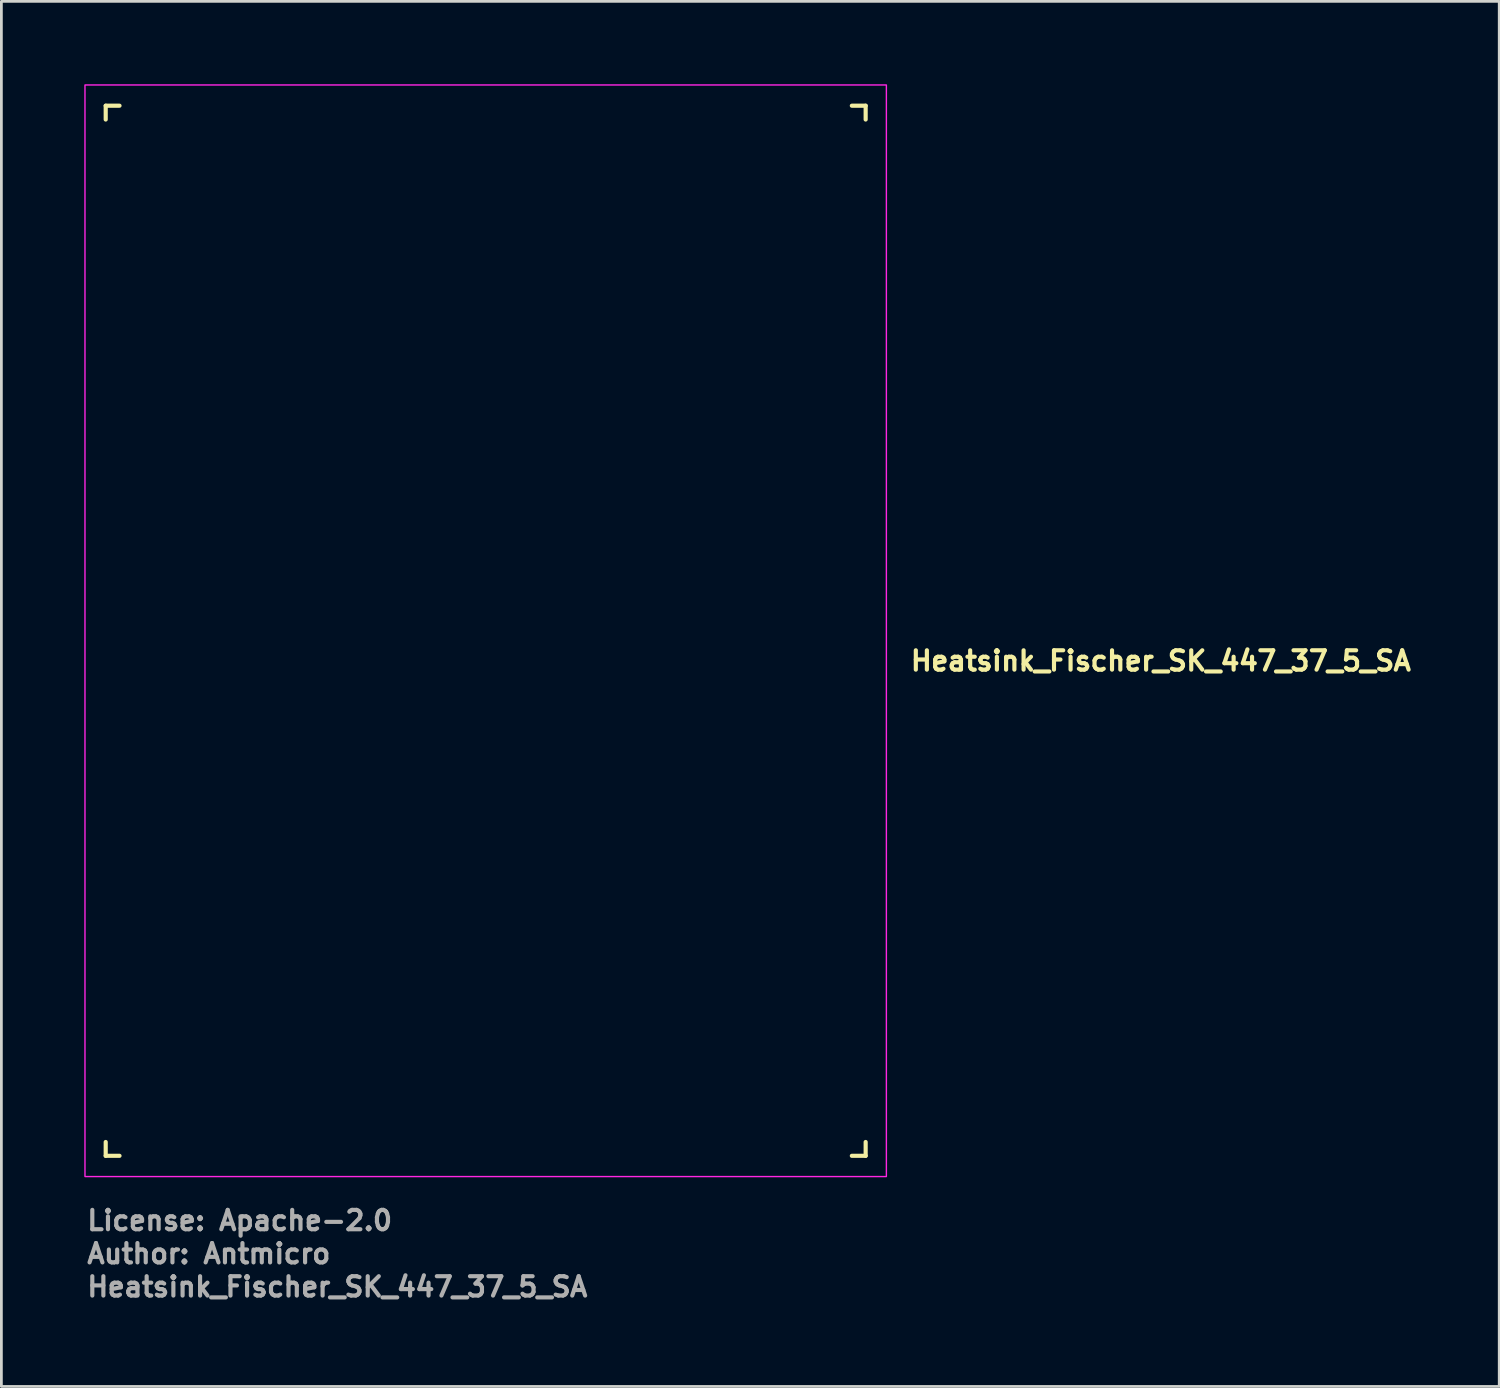
<source format=kicad_pcb>
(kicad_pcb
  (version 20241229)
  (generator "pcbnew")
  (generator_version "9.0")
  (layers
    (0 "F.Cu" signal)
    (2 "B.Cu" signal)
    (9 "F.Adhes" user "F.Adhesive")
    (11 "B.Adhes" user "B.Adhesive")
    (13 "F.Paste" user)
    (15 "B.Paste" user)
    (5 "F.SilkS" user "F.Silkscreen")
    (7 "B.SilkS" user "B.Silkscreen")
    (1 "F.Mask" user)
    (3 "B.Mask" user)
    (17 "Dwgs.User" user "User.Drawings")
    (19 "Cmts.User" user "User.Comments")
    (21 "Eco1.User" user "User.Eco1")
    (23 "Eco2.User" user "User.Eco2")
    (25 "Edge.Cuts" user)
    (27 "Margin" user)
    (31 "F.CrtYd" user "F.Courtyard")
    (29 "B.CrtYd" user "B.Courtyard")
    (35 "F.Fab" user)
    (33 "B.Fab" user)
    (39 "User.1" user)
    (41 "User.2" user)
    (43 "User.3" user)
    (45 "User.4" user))
  (footprint "Heatsink_Fischer_SK_447_37_5_SA"
    (layer "F.Cu")
    (at 14.525 19.775)
    (property "Reference" "Heatsink_Fischer_SK_447_37_5_SA" (at 15.3 1.5 0) (unlocked yes) (layer "F.SilkS") (effects (font (size 0.7 0.7) (thickness 0.15)) (justify left bottom)))
    (fp_line (start -13.75 -19) (end -13.25 -19) (stroke (width 0.15) (type solid)) (layer "F.SilkS"))
    (fp_line (start -13.75 -18.5) (end -13.75 -19) (stroke (width 0.15) (type solid)) (layer "F.SilkS"))
    (fp_line (start -13.75 18.5) (end -13.75 19) (stroke (width 0.15) (type solid)) (layer "F.SilkS"))
    (fp_line (start -13.75 19) (end -13.25 19) (stroke (width 0.15) (type solid)) (layer "F.SilkS"))
    (fp_line (start 13.25 -19) (end 13.75 -19) (stroke (width 0.15) (type solid)) (layer "F.SilkS"))
    (fp_line (start 13.75 -19) (end 13.75 -18.5) (stroke (width 0.15) (type solid)) (layer "F.SilkS"))
    (fp_line (start 13.75 18.5) (end 13.75 19) (stroke (width 0.15) (type solid)) (layer "F.SilkS"))
    (fp_line (start 13.75 19) (end 13.25 19) (stroke (width 0.15) (type solid)) (layer "F.SilkS"))
    (fp_rect (start -14.5 -19.75) (end 14.5 19.75) (stroke (width 0.05) (type solid)) (fill no) (layer "F.CrtYd"))
    (fp_rect (start -13.5 -18.75) (end 13.5 18.75) (stroke (width 0.1) (type solid)) (fill no) (layer "User.5"))
    (fp_line (start -13.492 -18.756) (end -13.492 18.744) (stroke (width 0.01) (type solid)) (layer "User.9"))
    (fp_line (start -13.492 -18.756) (end -13.491 -18.756) (stroke (width 0.01) (type solid)) (layer "User.9"))
    (fp_line (start -13.491 -18.756) (end -13.488 -18.756) (stroke (width 0.01) (type solid)) (layer "User.9"))
    (fp_line (start -13.491 18.744) (end -13.492 18.744) (stroke (width 0.01) (type solid)) (layer "User.9"))
    (fp_line (start -13.488 -18.756) (end -13.483 -18.756) (stroke (width 0.01) (type solid)) (layer "User.9"))
    (fp_line (start -13.488 18.744) (end -13.491 18.744) (stroke (width 0.01) (type solid)) (layer "User.9"))
    (fp_line (start -13.483 -18.756) (end -13.475 -18.756) (stroke (width 0.01) (type solid)) (layer "User.9"))
    (fp_line (start -13.483 18.744) (end -13.488 18.744) (stroke (width 0.01) (type solid)) (layer "User.9"))
    (fp_line (start -13.475 -18.756) (end -13.466 -18.756) (stroke (width 0.01) (type solid)) (layer "User.9"))
    (fp_line (start -13.475 18.744) (end -13.483 18.744) (stroke (width 0.01) (type solid)) (layer "User.9"))
    (fp_line (start -13.466 -18.756) (end -13.453 -18.756) (stroke (width 0.01) (type solid)) (layer "User.9"))
    (fp_line (start -13.466 18.744) (end -13.475 18.744) (stroke (width 0.01) (type solid)) (layer "User.9"))
    (fp_line (start -13.453 -18.756) (end -13.439 -18.756) (stroke (width 0.01) (type solid)) (layer "User.9"))
    (fp_line (start -13.453 18.744) (end -13.466 18.744) (stroke (width 0.01) (type solid)) (layer "User.9"))
    (fp_line (start -13.439 -18.756) (end -13.422 -18.756) (stroke (width 0.01) (type solid)) (layer "User.9"))
    (fp_line (start -13.439 18.744) (end -13.453 18.744) (stroke (width 0.01) (type solid)) (layer "User.9"))
    (fp_line (start -13.422 -18.756) (end -13.402 -18.756) (stroke (width 0.01) (type solid)) (layer "User.9"))
    (fp_line (start -13.422 18.744) (end -13.439 18.744) (stroke (width 0.01) (type solid)) (layer "User.9"))
    (fp_line (start -13.402 -18.756) (end -13.38 -18.756) (stroke (width 0.01) (type solid)) (layer "User.9"))
    (fp_line (start -13.402 18.744) (end -13.422 18.744) (stroke (width 0.01) (type solid)) (layer "User.9"))
    (fp_line (start -13.38 -18.756) (end -13.356 -18.756) (stroke (width 0.01) (type solid)) (layer "User.9"))
    (fp_line (start -13.38 18.744) (end -13.402 18.744) (stroke (width 0.01) (type solid)) (layer "User.9"))
    (fp_line (start -13.356 -18.756) (end -13.329 -18.756) (stroke (width 0.01) (type solid)) (layer "User.9"))
    (fp_line (start -13.356 18.744) (end -13.38 18.744) (stroke (width 0.01) (type solid)) (layer "User.9"))
    (fp_line (start -13.329 -18.756) (end -13.3 -18.756) (stroke (width 0.01) (type solid)) (layer "User.9"))
    (fp_line (start -13.329 18.744) (end -13.356 18.744) (stroke (width 0.01) (type solid)) (layer "User.9"))
    (fp_line (start -13.3 -18.756) (end -13.268 -18.756) (stroke (width 0.01) (type solid)) (layer "User.9"))
    (fp_line (start -13.3 18.744) (end -13.329 18.744) (stroke (width 0.01) (type solid)) (layer "User.9"))
    (fp_line (start -13.268 -18.756) (end -13.235 -18.756) (stroke (width 0.01) (type solid)) (layer "User.9"))
    (fp_line (start -13.268 18.744) (end -13.3 18.744) (stroke (width 0.01) (type solid)) (layer "User.9"))
    (fp_line (start -13.235 -18.756) (end -13.199 -18.756) (stroke (width 0.01) (type solid)) (layer "User.9"))
    (fp_line (start -13.235 18.744) (end -13.268 18.744) (stroke (width 0.01) (type solid)) (layer "User.9"))
    (fp_line (start -13.199 -18.756) (end -13.122 -18.756) (stroke (width 0.01) (type solid)) (layer "User.9"))
    (fp_line (start -13.199 18.744) (end -13.235 18.744) (stroke (width 0.01) (type solid)) (layer "User.9"))
    (fp_line (start -13.122 -18.756) (end -13.039 -18.756) (stroke (width 0.01) (type solid)) (layer "User.9"))
    (fp_line (start -13.122 18.744) (end -13.199 18.744) (stroke (width 0.01) (type solid)) (layer "User.9"))
    (fp_line (start -13.039 -18.756) (end -12.951 -18.756) (stroke (width 0.01) (type solid)) (layer "User.9"))
    (fp_line (start -13.039 18.744) (end -13.122 18.744) (stroke (width 0.01) (type solid)) (layer "User.9"))
    (fp_line (start -12.951 -18.756) (end -12.86 -18.756) (stroke (width 0.01) (type solid)) (layer "User.9"))
    (fp_line (start -12.951 18.744) (end -13.039 18.744) (stroke (width 0.01) (type solid)) (layer "User.9"))
    (fp_line (start -12.86 -18.756) (end -12.674 -18.756) (stroke (width 0.01) (type solid)) (layer "User.9"))
    (fp_line (start -12.86 18.744) (end -12.951 18.744) (stroke (width 0.01) (type solid)) (layer "User.9"))
    (fp_line (start -12.674 -18.756) (end -12.582 -18.756) (stroke (width 0.01) (type solid)) (layer "User.9"))
    (fp_line (start -12.674 18.744) (end -12.86 18.744) (stroke (width 0.01) (type solid)) (layer "User.9"))
    (fp_line (start -12.582 -18.756) (end -12.492 -18.756) (stroke (width 0.01) (type solid)) (layer "User.9"))
    (fp_line (start -12.582 18.744) (end -12.674 18.744) (stroke (width 0.01) (type solid)) (layer "User.9"))
    (fp_line (start -12.492 -18.756) (end -12.492 18.744) (stroke (width 0.01) (type solid)) (layer "User.9"))
    (fp_line (start -12.492 -18.756) (end -11.492 -18.756) (stroke (width 0.01) (type solid)) (layer "User.9"))
    (fp_line (start -12.492 18.744) (end -12.582 18.744) (stroke (width 0.01) (type solid)) (layer "User.9"))
    (fp_line (start -11.492 -18.756) (end -11.492 18.744) (stroke (width 0.01) (type solid)) (layer "User.9"))
    (fp_line (start -11.492 -18.756) (end -11.402 -18.756) (stroke (width 0.01) (type solid)) (layer "User.9"))
    (fp_line (start -11.492 18.744) (end -12.492 18.744) (stroke (width 0.01) (type solid)) (layer "User.9"))
    (fp_line (start -11.402 -18.756) (end -11.31 -18.756) (stroke (width 0.01) (type solid)) (layer "User.9"))
    (fp_line (start -11.402 18.744) (end -11.492 18.744) (stroke (width 0.01) (type solid)) (layer "User.9"))
    (fp_line (start -11.31 -18.756) (end -11.124 -18.756) (stroke (width 0.01) (type solid)) (layer "User.9"))
    (fp_line (start -11.31 18.744) (end -11.402 18.744) (stroke (width 0.01) (type solid)) (layer "User.9"))
    (fp_line (start -11.124 -18.756) (end -11.033 -18.756) (stroke (width 0.01) (type solid)) (layer "User.9"))
    (fp_line (start -11.124 18.744) (end -11.31 18.744) (stroke (width 0.01) (type solid)) (layer "User.9"))
    (fp_line (start -11.033 -18.756) (end -10.945 -18.756) (stroke (width 0.01) (type solid)) (layer "User.9"))
    (fp_line (start -11.033 18.744) (end -11.124 18.744) (stroke (width 0.01) (type solid)) (layer "User.9"))
    (fp_line (start -10.945 -18.756) (end -10.862 -18.756) (stroke (width 0.01) (type solid)) (layer "User.9"))
    (fp_line (start -10.945 18.744) (end -11.033 18.744) (stroke (width 0.01) (type solid)) (layer "User.9"))
    (fp_line (start -10.862 -18.756) (end -10.785 -18.756) (stroke (width 0.01) (type solid)) (layer "User.9"))
    (fp_line (start -10.862 18.744) (end -10.945 18.744) (stroke (width 0.01) (type solid)) (layer "User.9"))
    (fp_line (start -10.785 -18.756) (end -10.749 -18.756) (stroke (width 0.01) (type solid)) (layer "User.9"))
    (fp_line (start -10.785 18.744) (end -10.862 18.744) (stroke (width 0.01) (type solid)) (layer "User.9"))
    (fp_line (start -10.749 -18.756) (end -10.716 -18.756) (stroke (width 0.01) (type solid)) (layer "User.9"))
    (fp_line (start -10.749 18.744) (end -10.785 18.744) (stroke (width 0.01) (type solid)) (layer "User.9"))
    (fp_line (start -10.716 -18.756) (end -10.684 -18.756) (stroke (width 0.01) (type solid)) (layer "User.9"))
    (fp_line (start -10.716 18.744) (end -10.749 18.744) (stroke (width 0.01) (type solid)) (layer "User.9"))
    (fp_line (start -10.684 -18.756) (end -10.655 -18.756) (stroke (width 0.01) (type solid)) (layer "User.9"))
    (fp_line (start -10.684 18.744) (end -10.716 18.744) (stroke (width 0.01) (type solid)) (layer "User.9"))
    (fp_line (start -10.655 -18.756) (end -10.628 -18.756) (stroke (width 0.01) (type solid)) (layer "User.9"))
    (fp_line (start -10.655 18.744) (end -10.684 18.744) (stroke (width 0.01) (type solid)) (layer "User.9"))
    (fp_line (start -10.628 -18.756) (end -10.604 -18.756) (stroke (width 0.01) (type solid)) (layer "User.9"))
    (fp_line (start -10.628 18.744) (end -10.655 18.744) (stroke (width 0.01) (type solid)) (layer "User.9"))
    (fp_line (start -10.604 -18.756) (end -10.582 -18.756) (stroke (width 0.01) (type solid)) (layer "User.9"))
    (fp_line (start -10.604 18.744) (end -10.628 18.744) (stroke (width 0.01) (type solid)) (layer "User.9"))
    (fp_line (start -10.582 -18.756) (end -10.562 -18.756) (stroke (width 0.01) (type solid)) (layer "User.9"))
    (fp_line (start -10.582 18.744) (end -10.604 18.744) (stroke (width 0.01) (type solid)) (layer "User.9"))
    (fp_line (start -10.562 -18.756) (end -10.545 -18.756) (stroke (width 0.01) (type solid)) (layer "User.9"))
    (fp_line (start -10.562 18.744) (end -10.582 18.744) (stroke (width 0.01) (type solid)) (layer "User.9"))
    (fp_line (start -10.545 -18.756) (end -10.531 -18.756) (stroke (width 0.01) (type solid)) (layer "User.9"))
    (fp_line (start -10.545 18.744) (end -10.562 18.744) (stroke (width 0.01) (type solid)) (layer "User.9"))
    (fp_line (start -10.531 -18.756) (end -10.519 -18.756) (stroke (width 0.01) (type solid)) (layer "User.9"))
    (fp_line (start -10.531 18.744) (end -10.545 18.744) (stroke (width 0.01) (type solid)) (layer "User.9"))
    (fp_line (start -10.519 -18.756) (end -10.509 -18.756) (stroke (width 0.01) (type solid)) (layer "User.9"))
    (fp_line (start -10.519 18.744) (end -10.531 18.744) (stroke (width 0.01) (type solid)) (layer "User.9"))
    (fp_line (start -10.509 -18.756) (end -10.501 -18.756) (stroke (width 0.01) (type solid)) (layer "User.9"))
    (fp_line (start -10.509 18.744) (end -10.519 18.744) (stroke (width 0.01) (type solid)) (layer "User.9"))
    (fp_line (start -10.501 -18.756) (end -10.496 -18.756) (stroke (width 0.01) (type solid)) (layer "User.9"))
    (fp_line (start -10.501 18.744) (end -10.509 18.744) (stroke (width 0.01) (type solid)) (layer "User.9"))
    (fp_line (start -10.496 -18.756) (end -10.493 -18.756) (stroke (width 0.01) (type solid)) (layer "User.9"))
    (fp_line (start -10.496 18.744) (end -10.501 18.744) (stroke (width 0.01) (type solid)) (layer "User.9"))
    (fp_line (start -10.493 -18.756) (end -10.492 -18.756) (stroke (width 0.01) (type solid)) (layer "User.9"))
    (fp_line (start -10.493 18.744) (end -10.496 18.744) (stroke (width 0.01) (type solid)) (layer "User.9"))
    (fp_line (start -10.492 -18.756) (end -10.492 18.744) (stroke (width 0.01) (type solid)) (layer "User.9"))
    (fp_line (start -10.492 -18.756) (end -7.492 -18.756) (stroke (width 0.01) (type solid)) (layer "User.9"))
    (fp_line (start -10.492 18.744) (end -10.493 18.744) (stroke (width 0.01) (type solid)) (layer "User.9"))
    (fp_line (start -7.492 -18.756) (end -7.492 18.744) (stroke (width 0.01) (type solid)) (layer "User.9"))
    (fp_line (start -7.492 -18.756) (end -7.491 -18.756) (stroke (width 0.01) (type solid)) (layer "User.9"))
    (fp_line (start -7.492 18.744) (end -10.492 18.744) (stroke (width 0.01) (type solid)) (layer "User.9"))
    (fp_line (start -7.491 -18.756) (end -7.488 -18.756) (stroke (width 0.01) (type solid)) (layer "User.9"))
    (fp_line (start -7.491 18.744) (end -7.492 18.744) (stroke (width 0.01) (type solid)) (layer "User.9"))
    (fp_line (start -7.488 -18.756) (end -7.483 -18.756) (stroke (width 0.01) (type solid)) (layer "User.9"))
    (fp_line (start -7.488 18.744) (end -7.491 18.744) (stroke (width 0.01) (type solid)) (layer "User.9"))
    (fp_line (start -7.483 -18.756) (end -7.475 -18.756) (stroke (width 0.01) (type solid)) (layer "User.9"))
    (fp_line (start -7.483 18.744) (end -7.488 18.744) (stroke (width 0.01) (type solid)) (layer "User.9"))
    (fp_line (start -7.475 -18.756) (end -7.466 -18.756) (stroke (width 0.01) (type solid)) (layer "User.9"))
    (fp_line (start -7.475 18.744) (end -7.483 18.744) (stroke (width 0.01) (type solid)) (layer "User.9"))
    (fp_line (start -7.466 -18.756) (end -7.453 -18.756) (stroke (width 0.01) (type solid)) (layer "User.9"))
    (fp_line (start -7.466 18.744) (end -7.475 18.744) (stroke (width 0.01) (type solid)) (layer "User.9"))
    (fp_line (start -7.453 -18.756) (end -7.439 -18.756) (stroke (width 0.01) (type solid)) (layer "User.9"))
    (fp_line (start -7.453 18.744) (end -7.466 18.744) (stroke (width 0.01) (type solid)) (layer "User.9"))
    (fp_line (start -7.439 -18.756) (end -7.422 -18.756) (stroke (width 0.01) (type solid)) (layer "User.9"))
    (fp_line (start -7.439 18.744) (end -7.453 18.744) (stroke (width 0.01) (type solid)) (layer "User.9"))
    (fp_line (start -7.422 -18.756) (end -7.402 -18.756) (stroke (width 0.01) (type solid)) (layer "User.9"))
    (fp_line (start -7.422 18.744) (end -7.439 18.744) (stroke (width 0.01) (type solid)) (layer "User.9"))
    (fp_line (start -7.402 -18.756) (end -7.38 -18.756) (stroke (width 0.01) (type solid)) (layer "User.9"))
    (fp_line (start -7.402 18.744) (end -7.422 18.744) (stroke (width 0.01) (type solid)) (layer "User.9"))
    (fp_line (start -7.38 -18.756) (end -7.356 -18.756) (stroke (width 0.01) (type solid)) (layer "User.9"))
    (fp_line (start -7.38 18.744) (end -7.402 18.744) (stroke (width 0.01) (type solid)) (layer "User.9"))
    (fp_line (start -7.356 -18.756) (end -7.329 -18.756) (stroke (width 0.01) (type solid)) (layer "User.9"))
    (fp_line (start -7.356 18.744) (end -7.38 18.744) (stroke (width 0.01) (type solid)) (layer "User.9"))
    (fp_line (start -7.329 -18.756) (end -7.3 -18.756) (stroke (width 0.01) (type solid)) (layer "User.9"))
    (fp_line (start -7.329 18.744) (end -7.356 18.744) (stroke (width 0.01) (type solid)) (layer "User.9"))
    (fp_line (start -7.3 -18.756) (end -7.268 -18.756) (stroke (width 0.01) (type solid)) (layer "User.9"))
    (fp_line (start -7.3 18.744) (end -7.329 18.744) (stroke (width 0.01) (type solid)) (layer "User.9"))
    (fp_line (start -7.268 -18.756) (end -7.235 -18.756) (stroke (width 0.01) (type solid)) (layer "User.9"))
    (fp_line (start -7.268 18.744) (end -7.3 18.744) (stroke (width 0.01) (type solid)) (layer "User.9"))
    (fp_line (start -7.235 -18.756) (end -7.199 -18.756) (stroke (width 0.01) (type solid)) (layer "User.9"))
    (fp_line (start -7.235 18.744) (end -7.268 18.744) (stroke (width 0.01) (type solid)) (layer "User.9"))
    (fp_line (start -7.199 -18.756) (end -7.122 -18.756) (stroke (width 0.01) (type solid)) (layer "User.9"))
    (fp_line (start -7.199 18.744) (end -7.235 18.744) (stroke (width 0.01) (type solid)) (layer "User.9"))
    (fp_line (start -7.122 -18.756) (end -7.039 -18.756) (stroke (width 0.01) (type solid)) (layer "User.9"))
    (fp_line (start -7.122 18.744) (end -7.199 18.744) (stroke (width 0.01) (type solid)) (layer "User.9"))
    (fp_line (start -7.039 -18.756) (end -6.951 -18.756) (stroke (width 0.01) (type solid)) (layer "User.9"))
    (fp_line (start -7.039 18.744) (end -7.122 18.744) (stroke (width 0.01) (type solid)) (layer "User.9"))
    (fp_line (start -6.951 -18.756) (end -6.86 -18.756) (stroke (width 0.01) (type solid)) (layer "User.9"))
    (fp_line (start -6.951 18.744) (end -7.039 18.744) (stroke (width 0.01) (type solid)) (layer "User.9"))
    (fp_line (start -6.86 -18.756) (end -6.674 -18.756) (stroke (width 0.01) (type solid)) (layer "User.9"))
    (fp_line (start -6.86 18.744) (end -6.951 18.744) (stroke (width 0.01) (type solid)) (layer "User.9"))
    (fp_line (start -6.674 -18.756) (end -6.582 -18.756) (stroke (width 0.01) (type solid)) (layer "User.9"))
    (fp_line (start -6.674 18.744) (end -6.86 18.744) (stroke (width 0.01) (type solid)) (layer "User.9"))
    (fp_line (start -6.582 -18.756) (end -6.492 -18.756) (stroke (width 0.01) (type solid)) (layer "User.9"))
    (fp_line (start -6.582 18.744) (end -6.674 18.744) (stroke (width 0.01) (type solid)) (layer "User.9"))
    (fp_line (start -6.492 -18.756) (end -6.492 18.744) (stroke (width 0.01) (type solid)) (layer "User.9"))
    (fp_line (start -6.492 -18.756) (end -5.492 -18.756) (stroke (width 0.01) (type solid)) (layer "User.9"))
    (fp_line (start -6.492 18.744) (end -6.582 18.744) (stroke (width 0.01) (type solid)) (layer "User.9"))
    (fp_line (start -5.492 -18.756) (end -5.492 18.744) (stroke (width 0.01) (type solid)) (layer "User.9"))
    (fp_line (start -5.492 -18.756) (end -5.402 -18.756) (stroke (width 0.01) (type solid)) (layer "User.9"))
    (fp_line (start -5.492 18.744) (end -6.492 18.744) (stroke (width 0.01) (type solid)) (layer "User.9"))
    (fp_line (start -5.402 -18.756) (end -5.31 -18.756) (stroke (width 0.01) (type solid)) (layer "User.9"))
    (fp_line (start -5.402 18.744) (end -5.492 18.744) (stroke (width 0.01) (type solid)) (layer "User.9"))
    (fp_line (start -5.31 -18.756) (end -5.124 -18.756) (stroke (width 0.01) (type solid)) (layer "User.9"))
    (fp_line (start -5.31 18.744) (end -5.402 18.744) (stroke (width 0.01) (type solid)) (layer "User.9"))
    (fp_line (start -5.124 -18.756) (end -5.033 -18.756) (stroke (width 0.01) (type solid)) (layer "User.9"))
    (fp_line (start -5.124 18.744) (end -5.31 18.744) (stroke (width 0.01) (type solid)) (layer "User.9"))
    (fp_line (start -5.033 -18.756) (end -4.945 -18.756) (stroke (width 0.01) (type solid)) (layer "User.9"))
    (fp_line (start -5.033 18.744) (end -5.124 18.744) (stroke (width 0.01) (type solid)) (layer "User.9"))
    (fp_line (start -4.945 -18.756) (end -4.862 -18.756) (stroke (width 0.01) (type solid)) (layer "User.9"))
    (fp_line (start -4.945 18.744) (end -5.033 18.744) (stroke (width 0.01) (type solid)) (layer "User.9"))
    (fp_line (start -4.862 -18.756) (end -4.785 -18.756) (stroke (width 0.01) (type solid)) (layer "User.9"))
    (fp_line (start -4.862 18.744) (end -4.945 18.744) (stroke (width 0.01) (type solid)) (layer "User.9"))
    (fp_line (start -4.785 -18.756) (end -4.749 -18.756) (stroke (width 0.01) (type solid)) (layer "User.9"))
    (fp_line (start -4.785 18.744) (end -4.862 18.744) (stroke (width 0.01) (type solid)) (layer "User.9"))
    (fp_line (start -4.749 -18.756) (end -4.716 -18.756) (stroke (width 0.01) (type solid)) (layer "User.9"))
    (fp_line (start -4.749 18.744) (end -4.785 18.744) (stroke (width 0.01) (type solid)) (layer "User.9"))
    (fp_line (start -4.716 -18.756) (end -4.684 -18.756) (stroke (width 0.01) (type solid)) (layer "User.9"))
    (fp_line (start -4.716 18.744) (end -4.749 18.744) (stroke (width 0.01) (type solid)) (layer "User.9"))
    (fp_line (start -4.684 -18.756) (end -4.655 -18.756) (stroke (width 0.01) (type solid)) (layer "User.9"))
    (fp_line (start -4.684 18.744) (end -4.716 18.744) (stroke (width 0.01) (type solid)) (layer "User.9"))
    (fp_line (start -4.655 -18.756) (end -4.628 -18.756) (stroke (width 0.01) (type solid)) (layer "User.9"))
    (fp_line (start -4.655 18.744) (end -4.684 18.744) (stroke (width 0.01) (type solid)) (layer "User.9"))
    (fp_line (start -4.628 -18.756) (end -4.604 -18.756) (stroke (width 0.01) (type solid)) (layer "User.9"))
    (fp_line (start -4.628 18.744) (end -4.655 18.744) (stroke (width 0.01) (type solid)) (layer "User.9"))
    (fp_line (start -4.604 -18.756) (end -4.582 -18.756) (stroke (width 0.01) (type solid)) (layer "User.9"))
    (fp_line (start -4.604 18.744) (end -4.628 18.744) (stroke (width 0.01) (type solid)) (layer "User.9"))
    (fp_line (start -4.582 -18.756) (end -4.562 -18.756) (stroke (width 0.01) (type solid)) (layer "User.9"))
    (fp_line (start -4.582 18.744) (end -4.604 18.744) (stroke (width 0.01) (type solid)) (layer "User.9"))
    (fp_line (start -4.562 -18.756) (end -4.545 -18.756) (stroke (width 0.01) (type solid)) (layer "User.9"))
    (fp_line (start -4.562 18.744) (end -4.582 18.744) (stroke (width 0.01) (type solid)) (layer "User.9"))
    (fp_line (start -4.545 -18.756) (end -4.531 -18.756) (stroke (width 0.01) (type solid)) (layer "User.9"))
    (fp_line (start -4.545 18.744) (end -4.562 18.744) (stroke (width 0.01) (type solid)) (layer "User.9"))
    (fp_line (start -4.531 -18.756) (end -4.519 -18.756) (stroke (width 0.01) (type solid)) (layer "User.9"))
    (fp_line (start -4.531 18.744) (end -4.545 18.744) (stroke (width 0.01) (type solid)) (layer "User.9"))
    (fp_line (start -4.519 -18.756) (end -4.509 -18.756) (stroke (width 0.01) (type solid)) (layer "User.9"))
    (fp_line (start -4.519 18.744) (end -4.531 18.744) (stroke (width 0.01) (type solid)) (layer "User.9"))
    (fp_line (start -4.509 -18.756) (end -4.501 -18.756) (stroke (width 0.01) (type solid)) (layer "User.9"))
    (fp_line (start -4.509 18.744) (end -4.519 18.744) (stroke (width 0.01) (type solid)) (layer "User.9"))
    (fp_line (start -4.501 -18.756) (end -4.496 -18.756) (stroke (width 0.01) (type solid)) (layer "User.9"))
    (fp_line (start -4.501 18.744) (end -4.509 18.744) (stroke (width 0.01) (type solid)) (layer "User.9"))
    (fp_line (start -4.496 -18.756) (end -4.493 -18.756) (stroke (width 0.01) (type solid)) (layer "User.9"))
    (fp_line (start -4.496 18.744) (end -4.501 18.744) (stroke (width 0.01) (type solid)) (layer "User.9"))
    (fp_line (start -4.493 -18.756) (end -4.492 -18.756) (stroke (width 0.01) (type solid)) (layer "User.9"))
    (fp_line (start -4.493 18.744) (end -4.496 18.744) (stroke (width 0.01) (type solid)) (layer "User.9"))
    (fp_line (start -4.492 -18.756) (end -4.492 18.744) (stroke (width 0.01) (type solid)) (layer "User.9"))
    (fp_line (start -4.492 -18.756) (end -1.492 -18.756) (stroke (width 0.01) (type solid)) (layer "User.9"))
    (fp_line (start -4.492 18.744) (end -4.493 18.744) (stroke (width 0.01) (type solid)) (layer "User.9"))
    (fp_line (start -1.492 -18.756) (end -1.492 18.744) (stroke (width 0.01) (type solid)) (layer "User.9"))
    (fp_line (start -1.492 -18.756) (end -1.491 -18.756) (stroke (width 0.01) (type solid)) (layer "User.9"))
    (fp_line (start -1.492 18.744) (end -4.492 18.744) (stroke (width 0.01) (type solid)) (layer "User.9"))
    (fp_line (start -1.491 -18.756) (end -1.488 -18.756) (stroke (width 0.01) (type solid)) (layer "User.9"))
    (fp_line (start -1.491 18.744) (end -1.492 18.744) (stroke (width 0.01) (type solid)) (layer "User.9"))
    (fp_line (start -1.488 -18.756) (end -1.483 -18.756) (stroke (width 0.01) (type solid)) (layer "User.9"))
    (fp_line (start -1.488 18.744) (end -1.491 18.744) (stroke (width 0.01) (type solid)) (layer "User.9"))
    (fp_line (start -1.483 -18.756) (end -1.475 -18.756) (stroke (width 0.01) (type solid)) (layer "User.9"))
    (fp_line (start -1.483 18.744) (end -1.488 18.744) (stroke (width 0.01) (type solid)) (layer "User.9"))
    (fp_line (start -1.475 -18.756) (end -1.466 -18.756) (stroke (width 0.01) (type solid)) (layer "User.9"))
    (fp_line (start -1.475 18.744) (end -1.483 18.744) (stroke (width 0.01) (type solid)) (layer "User.9"))
    (fp_line (start -1.466 -18.756) (end -1.453 -18.756) (stroke (width 0.01) (type solid)) (layer "User.9"))
    (fp_line (start -1.466 18.744) (end -1.475 18.744) (stroke (width 0.01) (type solid)) (layer "User.9"))
    (fp_line (start -1.453 -18.756) (end -1.439 -18.756) (stroke (width 0.01) (type solid)) (layer "User.9"))
    (fp_line (start -1.453 18.744) (end -1.466 18.744) (stroke (width 0.01) (type solid)) (layer "User.9"))
    (fp_line (start -1.439 -18.756) (end -1.422 -18.756) (stroke (width 0.01) (type solid)) (layer "User.9"))
    (fp_line (start -1.439 18.744) (end -1.453 18.744) (stroke (width 0.01) (type solid)) (layer "User.9"))
    (fp_line (start -1.422 -18.756) (end -1.402 -18.756) (stroke (width 0.01) (type solid)) (layer "User.9"))
    (fp_line (start -1.422 18.744) (end -1.439 18.744) (stroke (width 0.01) (type solid)) (layer "User.9"))
    (fp_line (start -1.402 -18.756) (end -1.38 -18.756) (stroke (width 0.01) (type solid)) (layer "User.9"))
    (fp_line (start -1.402 18.744) (end -1.422 18.744) (stroke (width 0.01) (type solid)) (layer "User.9"))
    (fp_line (start -1.38 -18.756) (end -1.356 -18.756) (stroke (width 0.01) (type solid)) (layer "User.9"))
    (fp_line (start -1.38 18.744) (end -1.402 18.744) (stroke (width 0.01) (type solid)) (layer "User.9"))
    (fp_line (start -1.356 -18.756) (end -1.329 -18.756) (stroke (width 0.01) (type solid)) (layer "User.9"))
    (fp_line (start -1.356 18.744) (end -1.38 18.744) (stroke (width 0.01) (type solid)) (layer "User.9"))
    (fp_line (start -1.329 -18.756) (end -1.3 -18.756) (stroke (width 0.01) (type solid)) (layer "User.9"))
    (fp_line (start -1.329 18.744) (end -1.356 18.744) (stroke (width 0.01) (type solid)) (layer "User.9"))
    (fp_line (start -1.3 -18.756) (end -1.268 -18.756) (stroke (width 0.01) (type solid)) (layer "User.9"))
    (fp_line (start -1.3 18.744) (end -1.329 18.744) (stroke (width 0.01) (type solid)) (layer "User.9"))
    (fp_line (start -1.268 -18.756) (end -1.235 -18.756) (stroke (width 0.01) (type solid)) (layer "User.9"))
    (fp_line (start -1.268 18.744) (end -1.3 18.744) (stroke (width 0.01) (type solid)) (layer "User.9"))
    (fp_line (start -1.235 -18.756) (end -1.199 -18.756) (stroke (width 0.01) (type solid)) (layer "User.9"))
    (fp_line (start -1.235 18.744) (end -1.268 18.744) (stroke (width 0.01) (type solid)) (layer "User.9"))
    (fp_line (start -1.199 -18.756) (end -1.122 -18.756) (stroke (width 0.01) (type solid)) (layer "User.9"))
    (fp_line (start -1.199 18.744) (end -1.235 18.744) (stroke (width 0.01) (type solid)) (layer "User.9"))
    (fp_line (start -1.122 -18.756) (end -1.039 -18.756) (stroke (width 0.01) (type solid)) (layer "User.9"))
    (fp_line (start -1.122 18.744) (end -1.199 18.744) (stroke (width 0.01) (type solid)) (layer "User.9"))
    (fp_line (start -1.039 -18.756) (end -0.951 -18.756) (stroke (width 0.01) (type solid)) (layer "User.9"))
    (fp_line (start -1.039 18.744) (end -1.122 18.744) (stroke (width 0.01) (type solid)) (layer "User.9"))
    (fp_line (start -0.951 -18.756) (end -0.86 -18.756) (stroke (width 0.01) (type solid)) (layer "User.9"))
    (fp_line (start -0.951 18.744) (end -1.039 18.744) (stroke (width 0.01) (type solid)) (layer "User.9"))
    (fp_line (start -0.86 -18.756) (end -0.674 -18.756) (stroke (width 0.01) (type solid)) (layer "User.9"))
    (fp_line (start -0.86 18.744) (end -0.951 18.744) (stroke (width 0.01) (type solid)) (layer "User.9"))
    (fp_line (start -0.674 -18.756) (end -0.582 -18.756) (stroke (width 0.01) (type solid)) (layer "User.9"))
    (fp_line (start -0.674 18.744) (end -0.86 18.744) (stroke (width 0.01) (type solid)) (layer "User.9"))
    (fp_line (start -0.582 -18.756) (end -0.492 -18.756) (stroke (width 0.01) (type solid)) (layer "User.9"))
    (fp_line (start -0.582 18.744) (end -0.674 18.744) (stroke (width 0.01) (type solid)) (layer "User.9"))
    (fp_line (start -0.492 -18.756) (end -0.492 18.744) (stroke (width 0.01) (type solid)) (layer "User.9"))
    (fp_line (start -0.492 -18.756) (end 0.508 -18.756) (stroke (width 0.01) (type solid)) (layer "User.9"))
    (fp_line (start -0.492 18.744) (end -0.582 18.744) (stroke (width 0.01) (type solid)) (layer "User.9"))
    (fp_line (start 0.508 -18.756) (end 0.508 18.744) (stroke (width 0.01) (type solid)) (layer "User.9"))
    (fp_line (start 0.508 -18.756) (end 0.598 -18.756) (stroke (width 0.01) (type solid)) (layer "User.9"))
    (fp_line (start 0.508 18.744) (end -0.492 18.744) (stroke (width 0.01) (type solid)) (layer "User.9"))
    (fp_line (start 0.598 -18.756) (end 0.69 -18.756) (stroke (width 0.01) (type solid)) (layer "User.9"))
    (fp_line (start 0.598 18.744) (end 0.508 18.744) (stroke (width 0.01) (type solid)) (layer "User.9"))
    (fp_line (start 0.69 -18.756) (end 0.876 -18.756) (stroke (width 0.01) (type solid)) (layer "User.9"))
    (fp_line (start 0.69 18.744) (end 0.598 18.744) (stroke (width 0.01) (type solid)) (layer "User.9"))
    (fp_line (start 0.876 -18.756) (end 0.967 -18.756) (stroke (width 0.01) (type solid)) (layer "User.9"))
    (fp_line (start 0.876 18.744) (end 0.69 18.744) (stroke (width 0.01) (type solid)) (layer "User.9"))
    (fp_line (start 0.967 -18.756) (end 1.055 -18.756) (stroke (width 0.01) (type solid)) (layer "User.9"))
    (fp_line (start 0.967 18.744) (end 0.876 18.744) (stroke (width 0.01) (type solid)) (layer "User.9"))
    (fp_line (start 1.055 -18.756) (end 1.138 -18.756) (stroke (width 0.01) (type solid)) (layer "User.9"))
    (fp_line (start 1.055 18.744) (end 0.967 18.744) (stroke (width 0.01) (type solid)) (layer "User.9"))
    (fp_line (start 1.138 -18.756) (end 1.215 -18.756) (stroke (width 0.01) (type solid)) (layer "User.9"))
    (fp_line (start 1.138 18.744) (end 1.055 18.744) (stroke (width 0.01) (type solid)) (layer "User.9"))
    (fp_line (start 1.215 -18.756) (end 1.251 -18.756) (stroke (width 0.01) (type solid)) (layer "User.9"))
    (fp_line (start 1.215 18.744) (end 1.138 18.744) (stroke (width 0.01) (type solid)) (layer "User.9"))
    (fp_line (start 1.251 -18.756) (end 1.284 -18.756) (stroke (width 0.01) (type solid)) (layer "User.9"))
    (fp_line (start 1.251 18.744) (end 1.215 18.744) (stroke (width 0.01) (type solid)) (layer "User.9"))
    (fp_line (start 1.284 -18.756) (end 1.316 -18.756) (stroke (width 0.01) (type solid)) (layer "User.9"))
    (fp_line (start 1.284 18.744) (end 1.251 18.744) (stroke (width 0.01) (type solid)) (layer "User.9"))
    (fp_line (start 1.316 -18.756) (end 1.345 -18.756) (stroke (width 0.01) (type solid)) (layer "User.9"))
    (fp_line (start 1.316 18.744) (end 1.284 18.744) (stroke (width 0.01) (type solid)) (layer "User.9"))
    (fp_line (start 1.345 -18.756) (end 1.372 -18.756) (stroke (width 0.01) (type solid)) (layer "User.9"))
    (fp_line (start 1.345 18.744) (end 1.316 18.744) (stroke (width 0.01) (type solid)) (layer "User.9"))
    (fp_line (start 1.372 -18.756) (end 1.396 -18.756) (stroke (width 0.01) (type solid)) (layer "User.9"))
    (fp_line (start 1.372 18.744) (end 1.345 18.744) (stroke (width 0.01) (type solid)) (layer "User.9"))
    (fp_line (start 1.396 -18.756) (end 1.418 -18.756) (stroke (width 0.01) (type solid)) (layer "User.9"))
    (fp_line (start 1.396 18.744) (end 1.372 18.744) (stroke (width 0.01) (type solid)) (layer "User.9"))
    (fp_line (start 1.418 -18.756) (end 1.438 -18.756) (stroke (width 0.01) (type solid)) (layer "User.9"))
    (fp_line (start 1.418 18.744) (end 1.396 18.744) (stroke (width 0.01) (type solid)) (layer "User.9"))
    (fp_line (start 1.438 -18.756) (end 1.455 -18.756) (stroke (width 0.01) (type solid)) (layer "User.9"))
    (fp_line (start 1.438 18.744) (end 1.418 18.744) (stroke (width 0.01) (type solid)) (layer "User.9"))
    (fp_line (start 1.455 -18.756) (end 1.469 -18.756) (stroke (width 0.01) (type solid)) (layer "User.9"))
    (fp_line (start 1.455 18.744) (end 1.438 18.744) (stroke (width 0.01) (type solid)) (layer "User.9"))
    (fp_line (start 1.469 -18.756) (end 1.481 -18.756) (stroke (width 0.01) (type solid)) (layer "User.9"))
    (fp_line (start 1.469 18.744) (end 1.455 18.744) (stroke (width 0.01) (type solid)) (layer "User.9"))
    (fp_line (start 1.481 -18.756) (end 1.491 -18.756) (stroke (width 0.01) (type solid)) (layer "User.9"))
    (fp_line (start 1.481 18.744) (end 1.469 18.744) (stroke (width 0.01) (type solid)) (layer "User.9"))
    (fp_line (start 1.491 -18.756) (end 1.499 -18.756) (stroke (width 0.01) (type solid)) (layer "User.9"))
    (fp_line (start 1.491 18.744) (end 1.481 18.744) (stroke (width 0.01) (type solid)) (layer "User.9"))
    (fp_line (start 1.499 -18.756) (end 1.504 -18.756) (stroke (width 0.01) (type solid)) (layer "User.9"))
    (fp_line (start 1.499 18.744) (end 1.491 18.744) (stroke (width 0.01) (type solid)) (layer "User.9"))
    (fp_line (start 1.504 -18.756) (end 1.507 -18.756) (stroke (width 0.01) (type solid)) (layer "User.9"))
    (fp_line (start 1.504 18.744) (end 1.499 18.744) (stroke (width 0.01) (type solid)) (layer "User.9"))
    (fp_line (start 1.507 -18.756) (end 1.508 -18.756) (stroke (width 0.01) (type solid)) (layer "User.9"))
    (fp_line (start 1.507 18.744) (end 1.504 18.744) (stroke (width 0.01) (type solid)) (layer "User.9"))
    (fp_line (start 1.508 -18.756) (end 1.508 18.744) (stroke (width 0.01) (type solid)) (layer "User.9"))
    (fp_line (start 1.508 -18.756) (end 4.508 -18.756) (stroke (width 0.01) (type solid)) (layer "User.9"))
    (fp_line (start 1.508 18.744) (end 1.507 18.744) (stroke (width 0.01) (type solid)) (layer "User.9"))
    (fp_line (start 4.508 -18.756) (end 4.508 18.744) (stroke (width 0.01) (type solid)) (layer "User.9"))
    (fp_line (start 4.508 -18.756) (end 4.509 -18.756) (stroke (width 0.01) (type solid)) (layer "User.9"))
    (fp_line (start 4.508 18.744) (end 1.508 18.744) (stroke (width 0.01) (type solid)) (layer "User.9"))
    (fp_line (start 4.509 -18.756) (end 4.512 -18.756) (stroke (width 0.01) (type solid)) (layer "User.9"))
    (fp_line (start 4.509 18.744) (end 4.508 18.744) (stroke (width 0.01) (type solid)) (layer "User.9"))
    (fp_line (start 4.512 -18.756) (end 4.517 -18.756) (stroke (width 0.01) (type solid)) (layer "User.9"))
    (fp_line (start 4.512 18.744) (end 4.509 18.744) (stroke (width 0.01) (type solid)) (layer "User.9"))
    (fp_line (start 4.517 -18.756) (end 4.525 -18.756) (stroke (width 0.01) (type solid)) (layer "User.9"))
    (fp_line (start 4.517 18.744) (end 4.512 18.744) (stroke (width 0.01) (type solid)) (layer "User.9"))
    (fp_line (start 4.525 -18.756) (end 4.534 -18.756) (stroke (width 0.01) (type solid)) (layer "User.9"))
    (fp_line (start 4.525 18.744) (end 4.517 18.744) (stroke (width 0.01) (type solid)) (layer "User.9"))
    (fp_line (start 4.534 -18.756) (end 4.547 -18.756) (stroke (width 0.01) (type solid)) (layer "User.9"))
    (fp_line (start 4.534 18.744) (end 4.525 18.744) (stroke (width 0.01) (type solid)) (layer "User.9"))
    (fp_line (start 4.547 -18.756) (end 4.561 -18.756) (stroke (width 0.01) (type solid)) (layer "User.9"))
    (fp_line (start 4.547 18.744) (end 4.534 18.744) (stroke (width 0.01) (type solid)) (layer "User.9"))
    (fp_line (start 4.561 -18.756) (end 4.578 -18.756) (stroke (width 0.01) (type solid)) (layer "User.9"))
    (fp_line (start 4.561 18.744) (end 4.547 18.744) (stroke (width 0.01) (type solid)) (layer "User.9"))
    (fp_line (start 4.578 -18.756) (end 4.598 -18.756) (stroke (width 0.01) (type solid)) (layer "User.9"))
    (fp_line (start 4.578 18.744) (end 4.561 18.744) (stroke (width 0.01) (type solid)) (layer "User.9"))
    (fp_line (start 4.598 -18.756) (end 4.62 -18.756) (stroke (width 0.01) (type solid)) (layer "User.9"))
    (fp_line (start 4.598 18.744) (end 4.578 18.744) (stroke (width 0.01) (type solid)) (layer "User.9"))
    (fp_line (start 4.62 -18.756) (end 4.644 -18.756) (stroke (width 0.01) (type solid)) (layer "User.9"))
    (fp_line (start 4.62 18.744) (end 4.598 18.744) (stroke (width 0.01) (type solid)) (layer "User.9"))
    (fp_line (start 4.644 -18.756) (end 4.671 -18.756) (stroke (width 0.01) (type solid)) (layer "User.9"))
    (fp_line (start 4.644 18.744) (end 4.62 18.744) (stroke (width 0.01) (type solid)) (layer "User.9"))
    (fp_line (start 4.671 -18.756) (end 4.7 -18.756) (stroke (width 0.01) (type solid)) (layer "User.9"))
    (fp_line (start 4.671 18.744) (end 4.644 18.744) (stroke (width 0.01) (type solid)) (layer "User.9"))
    (fp_line (start 4.7 -18.756) (end 4.732 -18.756) (stroke (width 0.01) (type solid)) (layer "User.9"))
    (fp_line (start 4.7 18.744) (end 4.671 18.744) (stroke (width 0.01) (type solid)) (layer "User.9"))
    (fp_line (start 4.732 -18.756) (end 4.765 -18.756) (stroke (width 0.01) (type solid)) (layer "User.9"))
    (fp_line (start 4.732 18.744) (end 4.7 18.744) (stroke (width 0.01) (type solid)) (layer "User.9"))
    (fp_line (start 4.765 -18.756) (end 4.801 -18.756) (stroke (width 0.01) (type solid)) (layer "User.9"))
    (fp_line (start 4.765 18.744) (end 4.732 18.744) (stroke (width 0.01) (type solid)) (layer "User.9"))
    (fp_line (start 4.801 -18.756) (end 4.878 -18.756) (stroke (width 0.01) (type solid)) (layer "User.9"))
    (fp_line (start 4.801 18.744) (end 4.765 18.744) (stroke (width 0.01) (type solid)) (layer "User.9"))
    (fp_line (start 4.878 -18.756) (end 4.961 -18.756) (stroke (width 0.01) (type solid)) (layer "User.9"))
    (fp_line (start 4.878 18.744) (end 4.801 18.744) (stroke (width 0.01) (type solid)) (layer "User.9"))
    (fp_line (start 4.961 -18.756) (end 5.049 -18.756) (stroke (width 0.01) (type solid)) (layer "User.9"))
    (fp_line (start 4.961 18.744) (end 4.878 18.744) (stroke (width 0.01) (type solid)) (layer "User.9"))
    (fp_line (start 5.049 -18.756) (end 5.14 -18.756) (stroke (width 0.01) (type solid)) (layer "User.9"))
    (fp_line (start 5.049 18.744) (end 4.961 18.744) (stroke (width 0.01) (type solid)) (layer "User.9"))
    (fp_line (start 5.14 -18.756) (end 5.326 -18.756) (stroke (width 0.01) (type solid)) (layer "User.9"))
    (fp_line (start 5.14 18.744) (end 5.049 18.744) (stroke (width 0.01) (type solid)) (layer "User.9"))
    (fp_line (start 5.326 -18.756) (end 5.418 -18.756) (stroke (width 0.01) (type solid)) (layer "User.9"))
    (fp_line (start 5.326 18.744) (end 5.14 18.744) (stroke (width 0.01) (type solid)) (layer "User.9"))
    (fp_line (start 5.418 -18.756) (end 5.508 -18.756) (stroke (width 0.01) (type solid)) (layer "User.9"))
    (fp_line (start 5.418 18.744) (end 5.326 18.744) (stroke (width 0.01) (type solid)) (layer "User.9"))
    (fp_line (start 5.508 -18.756) (end 5.508 18.744) (stroke (width 0.01) (type solid)) (layer "User.9"))
    (fp_line (start 5.508 -18.756) (end 6.508 -18.756) (stroke (width 0.01) (type solid)) (layer "User.9"))
    (fp_line (start 5.508 18.744) (end 5.418 18.744) (stroke (width 0.01) (type solid)) (layer "User.9"))
    (fp_line (start 6.508 -18.756) (end 6.508 18.744) (stroke (width 0.01) (type solid)) (layer "User.9"))
    (fp_line (start 6.508 -18.756) (end 6.598 -18.756) (stroke (width 0.01) (type solid)) (layer "User.9"))
    (fp_line (start 6.508 18.744) (end 5.508 18.744) (stroke (width 0.01) (type solid)) (layer "User.9"))
    (fp_line (start 6.598 -18.756) (end 6.69 -18.756) (stroke (width 0.01) (type solid)) (layer "User.9"))
    (fp_line (start 6.598 18.744) (end 6.508 18.744) (stroke (width 0.01) (type solid)) (layer "User.9"))
    (fp_line (start 6.69 -18.756) (end 6.876 -18.756) (stroke (width 0.01) (type solid)) (layer "User.9"))
    (fp_line (start 6.69 18.744) (end 6.598 18.744) (stroke (width 0.01) (type solid)) (layer "User.9"))
    (fp_line (start 6.876 -18.756) (end 6.967 -18.756) (stroke (width 0.01) (type solid)) (layer "User.9"))
    (fp_line (start 6.876 18.744) (end 6.69 18.744) (stroke (width 0.01) (type solid)) (layer "User.9"))
    (fp_line (start 6.967 -18.756) (end 7.055 -18.756) (stroke (width 0.01) (type solid)) (layer "User.9"))
    (fp_line (start 6.967 18.744) (end 6.876 18.744) (stroke (width 0.01) (type solid)) (layer "User.9"))
    (fp_line (start 7.055 -18.756) (end 7.138 -18.756) (stroke (width 0.01) (type solid)) (layer "User.9"))
    (fp_line (start 7.055 18.744) (end 6.967 18.744) (stroke (width 0.01) (type solid)) (layer "User.9"))
    (fp_line (start 7.138 -18.756) (end 7.215 -18.756) (stroke (width 0.01) (type solid)) (layer "User.9"))
    (fp_line (start 7.138 18.744) (end 7.055 18.744) (stroke (width 0.01) (type solid)) (layer "User.9"))
    (fp_line (start 7.215 -18.756) (end 7.251 -18.756) (stroke (width 0.01) (type solid)) (layer "User.9"))
    (fp_line (start 7.215 18.744) (end 7.138 18.744) (stroke (width 0.01) (type solid)) (layer "User.9"))
    (fp_line (start 7.251 -18.756) (end 7.284 -18.756) (stroke (width 0.01) (type solid)) (layer "User.9"))
    (fp_line (start 7.251 18.744) (end 7.215 18.744) (stroke (width 0.01) (type solid)) (layer "User.9"))
    (fp_line (start 7.284 -18.756) (end 7.316 -18.756) (stroke (width 0.01) (type solid)) (layer "User.9"))
    (fp_line (start 7.284 18.744) (end 7.251 18.744) (stroke (width 0.01) (type solid)) (layer "User.9"))
    (fp_line (start 7.316 -18.756) (end 7.345 -18.756) (stroke (width 0.01) (type solid)) (layer "User.9"))
    (fp_line (start 7.316 18.744) (end 7.284 18.744) (stroke (width 0.01) (type solid)) (layer "User.9"))
    (fp_line (start 7.345 -18.756) (end 7.372 -18.756) (stroke (width 0.01) (type solid)) (layer "User.9"))
    (fp_line (start 7.345 18.744) (end 7.316 18.744) (stroke (width 0.01) (type solid)) (layer "User.9"))
    (fp_line (start 7.372 -18.756) (end 7.396 -18.756) (stroke (width 0.01) (type solid)) (layer "User.9"))
    (fp_line (start 7.372 18.744) (end 7.345 18.744) (stroke (width 0.01) (type solid)) (layer "User.9"))
    (fp_line (start 7.396 -18.756) (end 7.418 -18.756) (stroke (width 0.01) (type solid)) (layer "User.9"))
    (fp_line (start 7.396 18.744) (end 7.372 18.744) (stroke (width 0.01) (type solid)) (layer "User.9"))
    (fp_line (start 7.418 -18.756) (end 7.438 -18.756) (stroke (width 0.01) (type solid)) (layer "User.9"))
    (fp_line (start 7.418 18.744) (end 7.396 18.744) (stroke (width 0.01) (type solid)) (layer "User.9"))
    (fp_line (start 7.438 -18.756) (end 7.455 -18.756) (stroke (width 0.01) (type solid)) (layer "User.9"))
    (fp_line (start 7.438 18.744) (end 7.418 18.744) (stroke (width 0.01) (type solid)) (layer "User.9"))
    (fp_line (start 7.455 -18.756) (end 7.469 -18.756) (stroke (width 0.01) (type solid)) (layer "User.9"))
    (fp_line (start 7.455 18.744) (end 7.438 18.744) (stroke (width 0.01) (type solid)) (layer "User.9"))
    (fp_line (start 7.469 -18.756) (end 7.481 -18.756) (stroke (width 0.01) (type solid)) (layer "User.9"))
    (fp_line (start 7.469 18.744) (end 7.455 18.744) (stroke (width 0.01) (type solid)) (layer "User.9"))
    (fp_line (start 7.481 -18.756) (end 7.491 -18.756) (stroke (width 0.01) (type solid)) (layer "User.9"))
    (fp_line (start 7.481 18.744) (end 7.469 18.744) (stroke (width 0.01) (type solid)) (layer "User.9"))
    (fp_line (start 7.491 -18.756) (end 7.499 -18.756) (stroke (width 0.01) (type solid)) (layer "User.9"))
    (fp_line (start 7.491 18.744) (end 7.481 18.744) (stroke (width 0.01) (type solid)) (layer "User.9"))
    (fp_line (start 7.499 -18.756) (end 7.504 -18.756) (stroke (width 0.01) (type solid)) (layer "User.9"))
    (fp_line (start 7.499 18.744) (end 7.491 18.744) (stroke (width 0.01) (type solid)) (layer "User.9"))
    (fp_line (start 7.504 -18.756) (end 7.507 -18.756) (stroke (width 0.01) (type solid)) (layer "User.9"))
    (fp_line (start 7.504 18.744) (end 7.499 18.744) (stroke (width 0.01) (type solid)) (layer "User.9"))
    (fp_line (start 7.507 -18.756) (end 7.508 -18.756) (stroke (width 0.01) (type solid)) (layer "User.9"))
    (fp_line (start 7.507 18.744) (end 7.504 18.744) (stroke (width 0.01) (type solid)) (layer "User.9"))
    (fp_line (start 7.508 -18.756) (end 7.508 18.744) (stroke (width 0.01) (type solid)) (layer "User.9"))
    (fp_line (start 7.508 -18.756) (end 10.508 -18.756) (stroke (width 0.01) (type solid)) (layer "User.9"))
    (fp_line (start 7.508 18.744) (end 7.507 18.744) (stroke (width 0.01) (type solid)) (layer "User.9"))
    (fp_line (start 10.508 -18.756) (end 10.508 18.744) (stroke (width 0.01) (type solid)) (layer "User.9"))
    (fp_line (start 10.508 -18.756) (end 10.509 -18.756) (stroke (width 0.01) (type solid)) (layer "User.9"))
    (fp_line (start 10.508 18.744) (end 7.508 18.744) (stroke (width 0.01) (type solid)) (layer "User.9"))
    (fp_line (start 10.509 -18.756) (end 10.512 -18.756) (stroke (width 0.01) (type solid)) (layer "User.9"))
    (fp_line (start 10.509 18.744) (end 10.508 18.744) (stroke (width 0.01) (type solid)) (layer "User.9"))
    (fp_line (start 10.512 -18.756) (end 10.517 -18.756) (stroke (width 0.01) (type solid)) (layer "User.9"))
    (fp_line (start 10.512 18.744) (end 10.509 18.744) (stroke (width 0.01) (type solid)) (layer "User.9"))
    (fp_line (start 10.517 -18.756) (end 10.525 -18.756) (stroke (width 0.01) (type solid)) (layer "User.9"))
    (fp_line (start 10.517 18.744) (end 10.512 18.744) (stroke (width 0.01) (type solid)) (layer "User.9"))
    (fp_line (start 10.525 -18.756) (end 10.534 -18.756) (stroke (width 0.01) (type solid)) (layer "User.9"))
    (fp_line (start 10.525 18.744) (end 10.517 18.744) (stroke (width 0.01) (type solid)) (layer "User.9"))
    (fp_line (start 10.534 -18.756) (end 10.547 -18.756) (stroke (width 0.01) (type solid)) (layer "User.9"))
    (fp_line (start 10.534 18.744) (end 10.525 18.744) (stroke (width 0.01) (type solid)) (layer "User.9"))
    (fp_line (start 10.547 -18.756) (end 10.561 -18.756) (stroke (width 0.01) (type solid)) (layer "User.9"))
    (fp_line (start 10.547 18.744) (end 10.534 18.744) (stroke (width 0.01) (type solid)) (layer "User.9"))
    (fp_line (start 10.561 -18.756) (end 10.578 -18.756) (stroke (width 0.01) (type solid)) (layer "User.9"))
    (fp_line (start 10.561 18.744) (end 10.547 18.744) (stroke (width 0.01) (type solid)) (layer "User.9"))
    (fp_line (start 10.578 -18.756) (end 10.598 -18.756) (stroke (width 0.01) (type solid)) (layer "User.9"))
    (fp_line (start 10.578 18.744) (end 10.561 18.744) (stroke (width 0.01) (type solid)) (layer "User.9"))
    (fp_line (start 10.598 -18.756) (end 10.62 -18.756) (stroke (width 0.01) (type solid)) (layer "User.9"))
    (fp_line (start 10.598 18.744) (end 10.578 18.744) (stroke (width 0.01) (type solid)) (layer "User.9"))
    (fp_line (start 10.62 -18.756) (end 10.644 -18.756) (stroke (width 0.01) (type solid)) (layer "User.9"))
    (fp_line (start 10.62 18.744) (end 10.598 18.744) (stroke (width 0.01) (type solid)) (layer "User.9"))
    (fp_line (start 10.644 -18.756) (end 10.671 -18.756) (stroke (width 0.01) (type solid)) (layer "User.9"))
    (fp_line (start 10.644 18.744) (end 10.62 18.744) (stroke (width 0.01) (type solid)) (layer "User.9"))
    (fp_line (start 10.671 -18.756) (end 10.7 -18.756) (stroke (width 0.01) (type solid)) (layer "User.9"))
    (fp_line (start 10.671 18.744) (end 10.644 18.744) (stroke (width 0.01) (type solid)) (layer "User.9"))
    (fp_line (start 10.7 -18.756) (end 10.732 -18.756) (stroke (width 0.01) (type solid)) (layer "User.9"))
    (fp_line (start 10.7 18.744) (end 10.671 18.744) (stroke (width 0.01) (type solid)) (layer "User.9"))
    (fp_line (start 10.732 -18.756) (end 10.765 -18.756) (stroke (width 0.01) (type solid)) (layer "User.9"))
    (fp_line (start 10.732 18.744) (end 10.7 18.744) (stroke (width 0.01) (type solid)) (layer "User.9"))
    (fp_line (start 10.765 -18.756) (end 10.801 -18.756) (stroke (width 0.01) (type solid)) (layer "User.9"))
    (fp_line (start 10.765 18.744) (end 10.732 18.744) (stroke (width 0.01) (type solid)) (layer "User.9"))
    (fp_line (start 10.801 -18.756) (end 10.878 -18.756) (stroke (width 0.01) (type solid)) (layer "User.9"))
    (fp_line (start 10.801 18.744) (end 10.765 18.744) (stroke (width 0.01) (type solid)) (layer "User.9"))
    (fp_line (start 10.878 -18.756) (end 10.961 -18.756) (stroke (width 0.01) (type solid)) (layer "User.9"))
    (fp_line (start 10.878 18.744) (end 10.801 18.744) (stroke (width 0.01) (type solid)) (layer "User.9"))
    (fp_line (start 10.961 -18.756) (end 11.049 -18.756) (stroke (width 0.01) (type solid)) (layer "User.9"))
    (fp_line (start 10.961 18.744) (end 10.878 18.744) (stroke (width 0.01) (type solid)) (layer "User.9"))
    (fp_line (start 11.049 -18.756) (end 11.14 -18.756) (stroke (width 0.01) (type solid)) (layer "User.9"))
    (fp_line (start 11.049 18.744) (end 10.961 18.744) (stroke (width 0.01) (type solid)) (layer "User.9"))
    (fp_line (start 11.14 -18.756) (end 11.326 -18.756) (stroke (width 0.01) (type solid)) (layer "User.9"))
    (fp_line (start 11.14 18.744) (end 11.049 18.744) (stroke (width 0.01) (type solid)) (layer "User.9"))
    (fp_line (start 11.326 -18.756) (end 11.418 -18.756) (stroke (width 0.01) (type solid)) (layer "User.9"))
    (fp_line (start 11.326 18.744) (end 11.14 18.744) (stroke (width 0.01) (type solid)) (layer "User.9"))
    (fp_line (start 11.418 -18.756) (end 11.508 -18.756) (stroke (width 0.01) (type solid)) (layer "User.9"))
    (fp_line (start 11.418 18.744) (end 11.326 18.744) (stroke (width 0.01) (type solid)) (layer "User.9"))
    (fp_line (start 11.508 -18.756) (end 11.508 18.744) (stroke (width 0.01) (type solid)) (layer "User.9"))
    (fp_line (start 11.508 -18.756) (end 12.508 -18.756) (stroke (width 0.01) (type solid)) (layer "User.9"))
    (fp_line (start 11.508 18.744) (end 11.418 18.744) (stroke (width 0.01) (type solid)) (layer "User.9"))
    (fp_line (start 12.508 -18.756) (end 12.508 18.744) (stroke (width 0.01) (type solid)) (layer "User.9"))
    (fp_line (start 12.508 -18.756) (end 12.598 -18.756) (stroke (width 0.01) (type solid)) (layer "User.9"))
    (fp_line (start 12.508 18.744) (end 11.508 18.744) (stroke (width 0.01) (type solid)) (layer "User.9"))
    (fp_line (start 12.598 -18.756) (end 12.69 -18.756) (stroke (width 0.01) (type solid)) (layer "User.9"))
    (fp_line (start 12.598 18.744) (end 12.508 18.744) (stroke (width 0.01) (type solid)) (layer "User.9"))
    (fp_line (start 12.69 -18.756) (end 12.876 -18.756) (stroke (width 0.01) (type solid)) (layer "User.9"))
    (fp_line (start 12.69 18.744) (end 12.598 18.744) (stroke (width 0.01) (type solid)) (layer "User.9"))
    (fp_line (start 12.876 -18.756) (end 12.967 -18.756) (stroke (width 0.01) (type solid)) (layer "User.9"))
    (fp_line (start 12.876 18.744) (end 12.69 18.744) (stroke (width 0.01) (type solid)) (layer "User.9"))
    (fp_line (start 12.967 -18.756) (end 13.055 -18.756) (stroke (width 0.01) (type solid)) (layer "User.9"))
    (fp_line (start 12.967 18.744) (end 12.876 18.744) (stroke (width 0.01) (type solid)) (layer "User.9"))
    (fp_line (start 13.055 -18.756) (end 13.138 -18.756) (stroke (width 0.01) (type solid)) (layer "User.9"))
    (fp_line (start 13.055 18.744) (end 12.967 18.744) (stroke (width 0.01) (type solid)) (layer "User.9"))
    (fp_line (start 13.138 -18.756) (end 13.215 -18.756) (stroke (width 0.01) (type solid)) (layer "User.9"))
    (fp_line (start 13.138 18.744) (end 13.055 18.744) (stroke (width 0.01) (type solid)) (layer "User.9"))
    (fp_line (start 13.215 -18.756) (end 13.251 -18.756) (stroke (width 0.01) (type solid)) (layer "User.9"))
    (fp_line (start 13.215 18.744) (end 13.138 18.744) (stroke (width 0.01) (type solid)) (layer "User.9"))
    (fp_line (start 13.251 -18.756) (end 13.284 -18.756) (stroke (width 0.01) (type solid)) (layer "User.9"))
    (fp_line (start 13.251 18.744) (end 13.215 18.744) (stroke (width 0.01) (type solid)) (layer "User.9"))
    (fp_line (start 13.284 -18.756) (end 13.316 -18.756) (stroke (width 0.01) (type solid)) (layer "User.9"))
    (fp_line (start 13.284 18.744) (end 13.251 18.744) (stroke (width 0.01) (type solid)) (layer "User.9"))
    (fp_line (start 13.316 -18.756) (end 13.345 -18.756) (stroke (width 0.01) (type solid)) (layer "User.9"))
    (fp_line (start 13.316 18.744) (end 13.284 18.744) (stroke (width 0.01) (type solid)) (layer "User.9"))
    (fp_line (start 13.345 -18.756) (end 13.372 -18.756) (stroke (width 0.01) (type solid)) (layer "User.9"))
    (fp_line (start 13.345 18.744) (end 13.316 18.744) (stroke (width 0.01) (type solid)) (layer "User.9"))
    (fp_line (start 13.372 -18.756) (end 13.396 -18.756) (stroke (width 0.01) (type solid)) (layer "User.9"))
    (fp_line (start 13.372 18.744) (end 13.345 18.744) (stroke (width 0.01) (type solid)) (layer "User.9"))
    (fp_line (start 13.396 -18.756) (end 13.418 -18.756) (stroke (width 0.01) (type solid)) (layer "User.9"))
    (fp_line (start 13.396 18.744) (end 13.372 18.744) (stroke (width 0.01) (type solid)) (layer "User.9"))
    (fp_line (start 13.418 -18.756) (end 13.438 -18.756) (stroke (width 0.01) (type solid)) (layer "User.9"))
    (fp_line (start 13.418 18.744) (end 13.396 18.744) (stroke (width 0.01) (type solid)) (layer "User.9"))
    (fp_line (start 13.438 -18.756) (end 13.455 -18.756) (stroke (width 0.01) (type solid)) (layer "User.9"))
    (fp_line (start 13.438 18.744) (end 13.418 18.744) (stroke (width 0.01) (type solid)) (layer "User.9"))
    (fp_line (start 13.455 -18.756) (end 13.469 -18.756) (stroke (width 0.01) (type solid)) (layer "User.9"))
    (fp_line (start 13.455 18.744) (end 13.438 18.744) (stroke (width 0.01) (type solid)) (layer "User.9"))
    (fp_line (start 13.469 -18.756) (end 13.481 -18.756) (stroke (width 0.01) (type solid)) (layer "User.9"))
    (fp_line (start 13.469 18.744) (end 13.455 18.744) (stroke (width 0.01) (type solid)) (layer "User.9"))
    (fp_line (start 13.481 -18.756) (end 13.491 -18.756) (stroke (width 0.01) (type solid)) (layer "User.9"))
    (fp_line (start 13.481 18.744) (end 13.469 18.744) (stroke (width 0.01) (type solid)) (layer "User.9"))
    (fp_line (start 13.491 -18.756) (end 13.499 -18.756) (stroke (width 0.01) (type solid)) (layer "User.9"))
    (fp_line (start 13.491 18.744) (end 13.481 18.744) (stroke (width 0.01) (type solid)) (layer "User.9"))
    (fp_line (start 13.499 -18.756) (end 13.504 -18.756) (stroke (width 0.01) (type solid)) (layer "User.9"))
    (fp_line (start 13.499 18.744) (end 13.491 18.744) (stroke (width 0.01) (type solid)) (layer "User.9"))
    (fp_line (start 13.504 -18.756) (end 13.507 -18.756) (stroke (width 0.01) (type solid)) (layer "User.9"))
    (fp_line (start 13.504 18.744) (end 13.499 18.744) (stroke (width 0.01) (type solid)) (layer "User.9"))
    (fp_line (start 13.507 -18.756) (end 13.508 -18.756) (stroke (width 0.01) (type solid)) (layer "User.9"))
    (fp_line (start 13.507 18.744) (end 13.504 18.744) (stroke (width 0.01) (type solid)) (layer "User.9"))
    (fp_line (start 13.508 -18.756) (end 13.508 18.744) (stroke (width 0.01) (type solid)) (layer "User.9"))
    (fp_line (start 13.508 18.744) (end 13.507 18.744) (stroke (width 0.01) (type solid)) (layer "User.9"))
    (fp_text user "${REFERENCE}" (at -14.5 24.15 0) (unlocked yes) (layer "F.Fab") (effects (font (size 0.7 0.7) (thickness 0.15)) (justify left bottom)))
    (fp_text user "Author: Antmicro" (at -14.5 22.95 0) (layer "F.Fab") (effects (font (size 0.7 0.7) (thickness 0.15)) (justify left bottom)))
    (fp_text user "License: Apache-2.0" (at -14.5 21.75 0) (layer "F.Fab") (effects (font (size 0.7 0.7) (thickness 0.15)) (justify left bottom))))
  (gr_rect
    (start -3 -3)
    (end 51.202 47.12)
    (stroke (width 0.1) (type default))
    (fill no)
    (layer "Edge.Cuts")))
</source>
